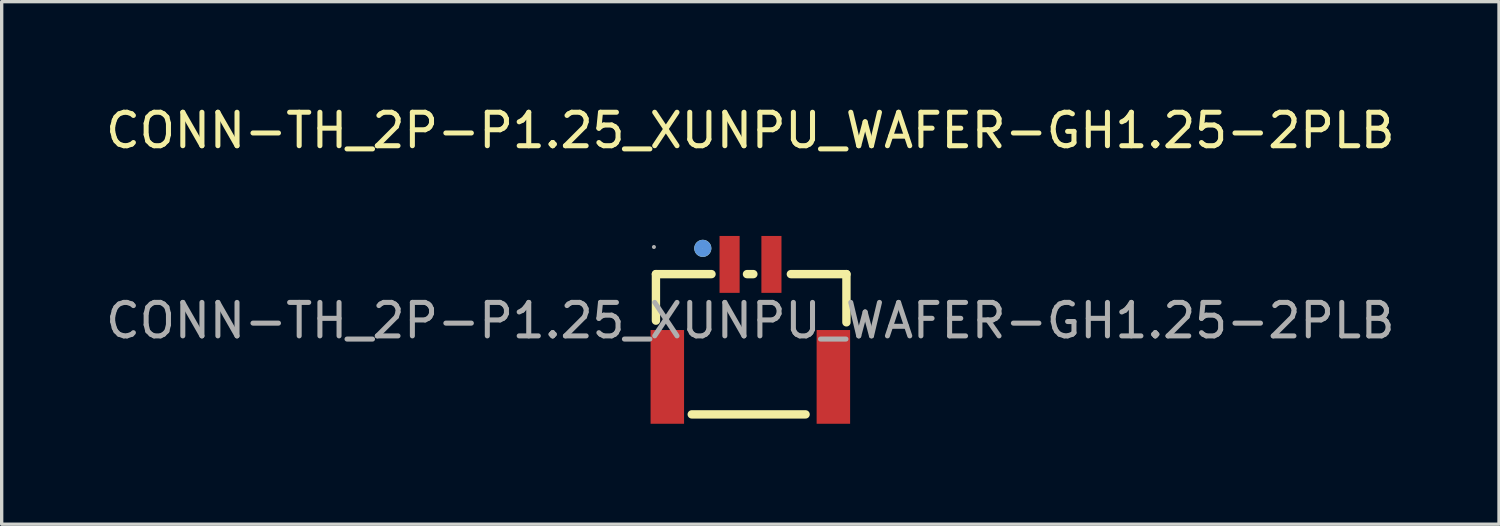
<source format=kicad_pcb>
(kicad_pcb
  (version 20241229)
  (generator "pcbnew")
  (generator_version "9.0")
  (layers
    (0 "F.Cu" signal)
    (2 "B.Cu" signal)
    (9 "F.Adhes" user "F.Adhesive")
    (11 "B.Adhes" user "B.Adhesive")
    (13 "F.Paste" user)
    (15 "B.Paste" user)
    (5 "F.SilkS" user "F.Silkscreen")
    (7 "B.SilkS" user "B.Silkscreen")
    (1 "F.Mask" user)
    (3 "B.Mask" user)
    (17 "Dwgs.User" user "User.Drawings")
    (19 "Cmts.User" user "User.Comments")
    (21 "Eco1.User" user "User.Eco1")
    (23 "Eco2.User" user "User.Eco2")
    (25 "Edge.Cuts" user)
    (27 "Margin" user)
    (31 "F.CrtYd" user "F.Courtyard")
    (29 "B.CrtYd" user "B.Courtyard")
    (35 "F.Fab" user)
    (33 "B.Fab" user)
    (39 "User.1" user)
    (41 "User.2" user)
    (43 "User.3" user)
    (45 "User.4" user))
  (footprint "CONN-TH_2P-P1.25_XUNPU_WAFER-GH1.25-2PLB"
    (layer "F.Cu")
    (at 19.363 6.528)
    (property "Reference" "CONN-TH_2P-P1.25_XUNPU_WAFER-GH1.25-2PLB" (at 0 -5.68 0) (layer "F.SilkS") (effects (font (size 1 1) (thickness 0.15))))
    (attr through_hole)
    (fp_line (start -2.82 -1.39) (end -1.16 -1.39) (stroke (width 0.25) (type solid)) (layer "F.SilkS"))
    (fp_line (start -2.82 0) (end -2.82 -1.39) (stroke (width 0.25) (type solid)) (layer "F.SilkS"))
    (fp_line (start -1.75 2.8) (end 1.65 2.8) (stroke (width 0.25) (type solid)) (layer "F.SilkS"))
    (fp_line (start 0.09 -1.39) (end -0.1 -1.39) (stroke (width 0.25) (type solid)) (layer "F.SilkS"))
    (fp_line (start 1.21 -1.39) (end 2.87 -1.39) (stroke (width 0.25) (type solid)) (layer "F.SilkS"))
    (fp_line (start 2.87 -1.39) (end 2.87 0.05) (stroke (width 0.25) (type solid)) (layer "F.SilkS"))
    (fp_circle (center -1.42 -2.16) (end -1.29 -2.16) (stroke (width 0.25) (type solid)) (fill no) (layer "F.SilkS"))
    (fp_circle (center -1.42 -2.16) (end -1.29 -2.16) (stroke (width 0.25) (type solid)) (fill no) (layer "Cmts.User"))
    (fp_circle (center -2.88 -2.2) (end -2.85 -2.2) (stroke (width 0.06) (type solid)) (fill no) (layer "F.Fab"))
    (fp_text user "${REFERENCE}" (at 0 0 0) (layer "F.Fab") (effects (font (size 1 1) (thickness 0.15))))
    (pad "1" smd rect (at -0.62 -1.68 180) (size 0.6 1.7) (layers "F.Cu" "F.Mask" "F.Paste"))
    (pad "2" smd rect (at 0.63 -1.68 180) (size 0.6 1.7) (layers "F.Cu" "F.Mask" "F.Paste"))
    (pad "3" smd rect (at 2.48 1.68 180) (size 1 2.8) (layers "F.Cu" "F.Mask" "F.Paste"))
    (pad "4" smd rect (at -2.48 1.68 180) (size 1 2.8) (layers "F.Cu" "F.Mask" "F.Paste")))
  (gr_rect
    (start -3 -3)
    (end 41.726 12.608)
    (stroke (width 0.1) (type default))
    (fill no)
    (layer "Edge.Cuts")))
</source>
